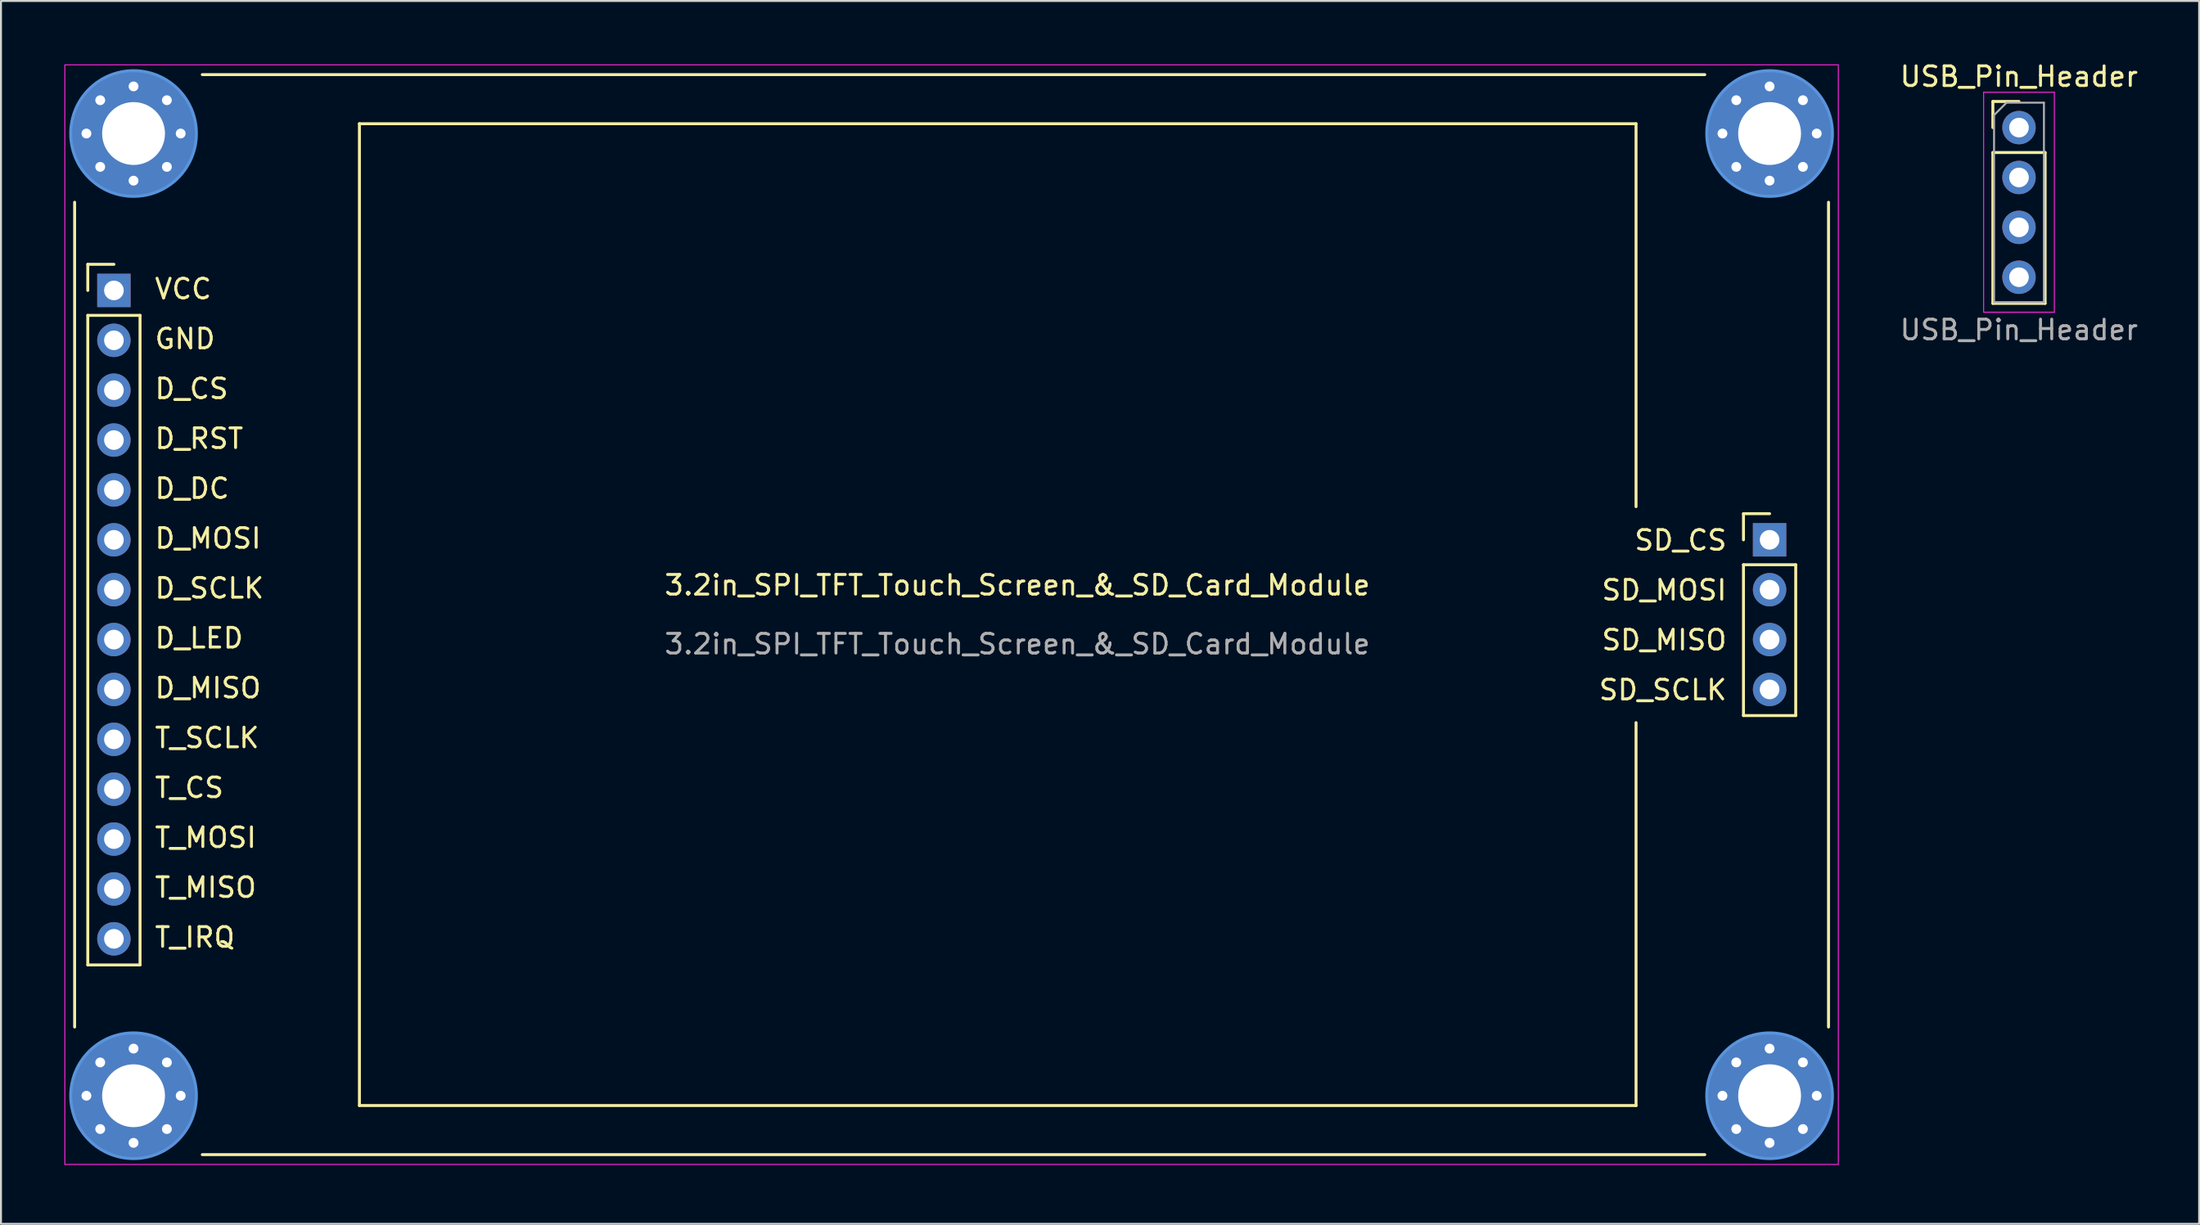
<source format=kicad_pcb>
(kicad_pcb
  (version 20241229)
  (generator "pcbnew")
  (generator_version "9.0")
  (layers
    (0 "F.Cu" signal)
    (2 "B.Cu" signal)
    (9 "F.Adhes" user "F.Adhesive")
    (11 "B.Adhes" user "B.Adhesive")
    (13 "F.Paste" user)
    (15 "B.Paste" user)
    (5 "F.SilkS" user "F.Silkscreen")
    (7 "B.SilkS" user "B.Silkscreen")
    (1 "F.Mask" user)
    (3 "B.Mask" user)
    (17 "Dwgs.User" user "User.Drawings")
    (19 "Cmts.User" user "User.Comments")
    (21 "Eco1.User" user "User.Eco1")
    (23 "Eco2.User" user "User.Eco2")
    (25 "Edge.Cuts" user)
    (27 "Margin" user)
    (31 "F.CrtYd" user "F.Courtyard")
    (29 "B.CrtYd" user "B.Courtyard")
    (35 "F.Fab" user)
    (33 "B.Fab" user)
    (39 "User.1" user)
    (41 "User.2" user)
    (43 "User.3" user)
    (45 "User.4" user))
  (footprint "USB_Pin_Header"
    (layer "F.Cu")
    (at 99.748 7.248)
    (property "Reference" "USB_Pin_Header" (at 0 -6.4 0) (unlocked yes) (layer "F.SilkS") (effects (font (size 1 1) (thickness 0.15))))
    (attr through_hole)
    (fp_line (start -1.33 -5.13) (end 0 -5.13) (stroke (width 0.15) (type solid)) (layer "F.SilkS"))
    (fp_line (start -1.33 -3.8) (end -1.33 -5.13) (stroke (width 0.15) (type solid)) (layer "F.SilkS"))
    (fp_line (start -1.33 -2.53) (end -1.33 5.15) (stroke (width 0.15) (type solid)) (layer "F.SilkS"))
    (fp_line (start -1.33 -2.53) (end 1.33 -2.53) (stroke (width 0.15) (type solid)) (layer "F.SilkS"))
    (fp_line (start -1.33 5.15) (end 1.33 5.15) (stroke (width 0.15) (type solid)) (layer "F.SilkS"))
    (fp_line (start 1.33 -2.53) (end 1.33 5.15) (stroke (width 0.15) (type solid)) (layer "F.SilkS"))
    (fp_line (start -1.8 -5.6) (end -1.8 5.6) (stroke (width 0.05) (type solid)) (layer "F.CrtYd"))
    (fp_line (start -1.8 5.6) (end 1.8 5.6) (stroke (width 0.05) (type solid)) (layer "F.CrtYd"))
    (fp_line (start 1.8 -5.6) (end -1.8 -5.6) (stroke (width 0.05) (type solid)) (layer "F.CrtYd"))
    (fp_line (start 1.8 5.6) (end 1.8 -5.6) (stroke (width 0.05) (type solid)) (layer "F.CrtYd"))
    (fp_line (start -1.27 -4.435) (end -0.635 -5.07) (stroke (width 0.1) (type solid)) (layer "F.Fab"))
    (fp_line (start -1.27 5.09) (end -1.27 -4.435) (stroke (width 0.1) (type solid)) (layer "F.Fab"))
    (fp_line (start -0.635 -5.07) (end 1.27 -5.07) (stroke (width 0.1) (type solid)) (layer "F.Fab"))
    (fp_line (start 1.27 -5.07) (end 1.27 5.09) (stroke (width 0.1) (type solid)) (layer "F.Fab"))
    (fp_line (start 1.27 5.09) (end -1.27 5.09) (stroke (width 0.1) (type solid)) (layer "F.Fab"))
    (fp_text user "${REFERENCE}" (at 0 6.5 0) (unlocked yes) (layer "F.Fab") (effects (font (size 1 1) (thickness 0.15))))
    (pad "1" thru_hole circle (at 0 -3.8) (size 1.7 1.7) (drill 1) (layers "*.Cu" "*.Mask"))
    (pad "2" thru_hole circle (at 0 3.82) (size 1.7 1.7) (drill 1) (layers "*.Cu" "*.Mask"))
    (pad "3" thru_hole circle (at 0 1.28) (size 1.7 1.7) (drill 1) (layers "*.Cu" "*.Mask"))
    (pad "4" thru_hole circle (at 0 -1.26) (size 1.7 1.7) (drill 1) (layers "*.Cu" "*.Mask")))
  (footprint "3.2in_SPI_TFT_Touch_Screen_&_SD_Card_Module"
    (layer "F.Cu")
    (at 0.25 0.25)
    (property "Reference" "3.2in_SPI_TFT_Touch_Screen_&_SD_Card_Module" (at 48.5 26.5 0) (unlocked yes) (layer "F.SilkS") (effects (font (size 1 1) (thickness 0.15))))
    (attr through_hole)
    (fp_line (start 0.5 49) (end 0.5 7) (stroke (width 0.15) (type default)) (layer "F.SilkS"))
    (fp_line (start 1.17 10.16) (end 2.5 10.16) (stroke (width 0.15) (type solid)) (layer "F.SilkS"))
    (fp_line (start 1.17 11.49) (end 1.17 10.16) (stroke (width 0.15) (type solid)) (layer "F.SilkS"))
    (fp_line (start 1.17 12.76) (end 1.17 45.84) (stroke (width 0.15) (type solid)) (layer "F.SilkS"))
    (fp_line (start 1.17 12.76) (end 3.83 12.76) (stroke (width 0.15) (type solid)) (layer "F.SilkS"))
    (fp_line (start 1.17 45.84) (end 3.83 45.84) (stroke (width 0.15) (type solid)) (layer "F.SilkS"))
    (fp_line (start 3.83 12.76) (end 3.83 45.84) (stroke (width 0.15) (type solid)) (layer "F.SilkS"))
    (fp_line (start 7 0.5) (end 83.5 0.5) (stroke (width 0.15) (type default)) (layer "F.SilkS"))
    (fp_line (start 7 55.5) (end 83.5 55.5) (stroke (width 0.15) (type default)) (layer "F.SilkS"))
    (fp_line (start 15 3) (end 15 53) (stroke (width 0.15) (type default)) (layer "F.SilkS"))
    (fp_line (start 15 53) (end 80 53) (stroke (width 0.15) (type default)) (layer "F.SilkS"))
    (fp_line (start 80 3) (end 15 3) (stroke (width 0.15) (type default)) (layer "F.SilkS"))
    (fp_line (start 80 22.5) (end 80 3) (stroke (width 0.15) (type default)) (layer "F.SilkS"))
    (fp_line (start 80 53) (end 80 33.5) (stroke (width 0.15) (type default)) (layer "F.SilkS"))
    (fp_line (start 85.47 22.86) (end 86.8 22.86) (stroke (width 0.15) (type solid)) (layer "F.SilkS"))
    (fp_line (start 85.47 24.19) (end 85.47 22.86) (stroke (width 0.15) (type solid)) (layer "F.SilkS"))
    (fp_line (start 85.47 25.46) (end 85.47 33.14) (stroke (width 0.15) (type solid)) (layer "F.SilkS"))
    (fp_line (start 85.47 25.46) (end 88.13 25.46) (stroke (width 0.15) (type solid)) (layer "F.SilkS"))
    (fp_line (start 85.47 33.14) (end 88.13 33.14) (stroke (width 0.15) (type solid)) (layer "F.SilkS"))
    (fp_line (start 88.13 25.46) (end 88.13 33.14) (stroke (width 0.15) (type solid)) (layer "F.SilkS"))
    (fp_line (start 89.8 49) (end 89.8 7) (stroke (width 0.15) (type default)) (layer "F.SilkS"))
    (fp_circle (center 3.5 3.5) (end 6.7 3.5) (stroke (width 0.15) (type solid)) (fill no) (layer "Cmts.User"))
    (fp_circle (center 3.5 52.5) (end 6.7 52.5) (stroke (width 0.15) (type solid)) (fill no) (layer "Cmts.User"))
    (fp_circle (center 86.8 3.5) (end 90 3.5) (stroke (width 0.15) (type solid)) (fill no) (layer "Cmts.User"))
    (fp_circle (center 86.8 52.5) (end 90 52.5) (stroke (width 0.15) (type solid)) (fill no) (layer "Cmts.User"))
    (fp_rect (start 0 0) (end 90.3 56) (stroke (width 0.05) (type default)) (fill no) (layer "F.CrtYd"))
    (fp_text user "D_DC" (at 4.5 22.16 0) (unlocked yes) (layer "F.SilkS") (effects (font (size 1 1) (thickness 0.15)) (justify left bottom)))
    (fp_text user "T_SCLK" (at 4.5 34.86 0) (unlocked yes) (layer "F.SilkS") (effects (font (size 1 1) (thickness 0.15)) (justify left bottom)))
    (fp_text user "GND" (at 4.5 14.54 0) (unlocked yes) (layer "F.SilkS") (effects (font (size 1 1) (thickness 0.15)) (justify left bottom)))
    (fp_text user "T_MOSI" (at 4.5 39.94 0) (unlocked yes) (layer "F.SilkS") (effects (font (size 1 1) (thickness 0.15)) (justify left bottom)))
    (fp_text user "SD_MISO" (at 84.7 29.88 0) (unlocked yes) (layer "F.SilkS") (effects (font (size 1 1) (thickness 0.15)) (justify right bottom)))
    (fp_text user "D_MOSI" (at 4.5 24.7 0) (unlocked yes) (layer "F.SilkS") (effects (font (size 1 1) (thickness 0.15)) (justify left bottom)))
    (fp_text user "D_MISO" (at 4.5 32.32 0) (unlocked yes) (layer "F.SilkS") (effects (font (size 1 1) (thickness 0.15)) (justify left bottom)))
    (fp_text user "T_IRQ" (at 4.5 45.02 0) (unlocked yes) (layer "F.SilkS") (effects (font (size 1 1) (thickness 0.15)) (justify left bottom)))
    (fp_text user "T_CS" (at 4.5 37.4 0) (unlocked yes) (layer "F.SilkS") (effects (font (size 1 1) (thickness 0.15)) (justify left bottom)))
    (fp_text user "SD_MOSI" (at 84.7 27.34 0) (unlocked yes) (layer "F.SilkS") (effects (font (size 1 1) (thickness 0.15)) (justify right bottom)))
    (fp_text user "D_LED" (at 4.5 29.78 0) (unlocked yes) (layer "F.SilkS") (effects (font (size 1 1) (thickness 0.15)) (justify left bottom)))
    (fp_text user "SD_SCLK" (at 84.7 32.42 0) (unlocked yes) (layer "F.SilkS") (effects (font (size 1 1) (thickness 0.15)) (justify right bottom)))
    (fp_text user "D_RST" (at 4.5 19.62 0) (unlocked yes) (layer "F.SilkS") (effects (font (size 1 1) (thickness 0.15)) (justify left bottom)))
    (fp_text user "SD_CS" (at 84.7 24.8 0) (unlocked yes) (layer "F.SilkS") (effects (font (size 1 1) (thickness 0.15)) (justify right bottom)))
    (fp_text user "D_SCLK" (at 4.5 27.24 0) (unlocked yes) (layer "F.SilkS") (effects (font (size 1 1) (thickness 0.15)) (justify left bottom)))
    (fp_text user "D_CS" (at 4.5 17.08 0) (unlocked yes) (layer "F.SilkS") (effects (font (size 1 1) (thickness 0.15)) (justify left bottom)))
    (fp_text user "VCC" (at 4.5 12 0) (unlocked yes) (layer "F.SilkS") (effects (font (size 1 1) (thickness 0.15)) (justify left bottom)))
    (fp_text user "T_MISO" (at 4.5 42.48 0) (unlocked yes) (layer "F.SilkS") (effects (font (size 1 1) (thickness 0.15)) (justify left bottom)))
    (fp_text user "${REFERENCE}" (at 48.5 29.5 0) (unlocked yes) (layer "F.Fab") (effects (font (size 1 1) (thickness 0.15))))
    (pad "1" thru_hole rect (at 2.5 11.49) (size 1.7 1.7) (drill 1) (layers "*.Cu" "*.Mask"))
    (pad "2" thru_hole circle (at 1.1 3.5) (size 0.8 0.8) (drill 0.5) (layers "*.Cu" "*.Mask"))
    (pad "2" thru_hole circle (at 1.1 52.5) (size 0.8 0.8) (drill 0.5) (layers "*.Cu" "*.Mask"))
    (pad "2" thru_hole circle (at 1.803 1.803) (size 0.8 0.8) (drill 0.5) (layers "*.Cu" "*.Mask"))
    (pad "2" thru_hole circle (at 1.803 5.197) (size 0.8 0.8) (drill 0.5) (layers "*.Cu" "*.Mask"))
    (pad "2" thru_hole circle (at 1.803 50.803) (size 0.8 0.8) (drill 0.5) (layers "*.Cu" "*.Mask"))
    (pad "2" thru_hole circle (at 1.803 54.197) (size 0.8 0.8) (drill 0.5) (layers "*.Cu" "*.Mask"))
    (pad "2" thru_hole circle (at 2.5 14.03) (size 1.7 1.7) (drill 1) (layers "*.Cu" "*.Mask"))
    (pad "2" thru_hole circle (at 3.5 1.1) (size 0.8 0.8) (drill 0.5) (layers "*.Cu" "*.Mask"))
    (pad "2" thru_hole circle (at 3.5 3.5) (size 6.4 6.4) (drill 3.2) (layers "*.Cu" "*.Mask"))
    (pad "2" thru_hole circle (at 3.5 5.9) (size 0.8 0.8) (drill 0.5) (layers "*.Cu" "*.Mask"))
    (pad "2" thru_hole circle (at 3.5 50.1) (size 0.8 0.8) (drill 0.5) (layers "*.Cu" "*.Mask"))
    (pad "2" thru_hole circle (at 3.5 52.5) (size 6.4 6.4) (drill 3.2) (layers "*.Cu" "*.Mask"))
    (pad "2" thru_hole circle (at 3.5 54.9) (size 0.8 0.8) (drill 0.5) (layers "*.Cu" "*.Mask"))
    (pad "2" thru_hole circle (at 5.197 1.803) (size 0.8 0.8) (drill 0.5) (layers "*.Cu" "*.Mask"))
    (pad "2" thru_hole circle (at 5.197 5.197) (size 0.8 0.8) (drill 0.5) (layers "*.Cu" "*.Mask"))
    (pad "2" thru_hole circle (at 5.197 50.803) (size 0.8 0.8) (drill 0.5) (layers "*.Cu" "*.Mask"))
    (pad "2" thru_hole circle (at 5.197 54.197) (size 0.8 0.8) (drill 0.5) (layers "*.Cu" "*.Mask"))
    (pad "2" thru_hole circle (at 5.9 3.5) (size 0.8 0.8) (drill 0.5) (layers "*.Cu" "*.Mask"))
    (pad "2" thru_hole circle (at 5.9 52.5) (size 0.8 0.8) (drill 0.5) (layers "*.Cu" "*.Mask"))
    (pad "2" thru_hole circle (at 84.4 3.5) (size 0.8 0.8) (drill 0.5) (layers "*.Cu" "*.Mask"))
    (pad "2" thru_hole circle (at 84.4 52.5) (size 0.8 0.8) (drill 0.5) (layers "*.Cu" "*.Mask"))
    (pad "2" thru_hole circle (at 85.103 1.803) (size 0.8 0.8) (drill 0.5) (layers "*.Cu" "*.Mask"))
    (pad "2" thru_hole circle (at 85.103 5.197) (size 0.8 0.8) (drill 0.5) (layers "*.Cu" "*.Mask"))
    (pad "2" thru_hole circle (at 85.103 50.803) (size 0.8 0.8) (drill 0.5) (layers "*.Cu" "*.Mask"))
    (pad "2" thru_hole circle (at 85.103 54.197) (size 0.8 0.8) (drill 0.5) (layers "*.Cu" "*.Mask"))
    (pad "2" thru_hole circle (at 86.8 1.1) (size 0.8 0.8) (drill 0.5) (layers "*.Cu" "*.Mask"))
    (pad "2" thru_hole circle (at 86.8 3.5) (size 6.4 6.4) (drill 3.2) (layers "*.Cu" "*.Mask"))
    (pad "2" thru_hole circle (at 86.8 5.9) (size 0.8 0.8) (drill 0.5) (layers "*.Cu" "*.Mask"))
    (pad "2" thru_hole circle (at 86.8 50.1) (size 0.8 0.8) (drill 0.5) (layers "*.Cu" "*.Mask"))
    (pad "2" thru_hole circle (at 86.8 52.5) (size 6.4 6.4) (drill 3.2) (layers "*.Cu" "*.Mask"))
    (pad "2" thru_hole circle (at 86.8 54.9) (size 0.8 0.8) (drill 0.5) (layers "*.Cu" "*.Mask"))
    (pad "2" thru_hole circle (at 88.497 1.803) (size 0.8 0.8) (drill 0.5) (layers "*.Cu" "*.Mask"))
    (pad "2" thru_hole circle (at 88.497 5.197) (size 0.8 0.8) (drill 0.5) (layers "*.Cu" "*.Mask"))
    (pad "2" thru_hole circle (at 88.497 50.803) (size 0.8 0.8) (drill 0.5) (layers "*.Cu" "*.Mask"))
    (pad "2" thru_hole circle (at 88.497 54.197) (size 0.8 0.8) (drill 0.5) (layers "*.Cu" "*.Mask"))
    (pad "2" thru_hole circle (at 89.2 3.5) (size 0.8 0.8) (drill 0.5) (layers "*.Cu" "*.Mask"))
    (pad "2" thru_hole circle (at 89.2 52.5) (size 0.8 0.8) (drill 0.5) (layers "*.Cu" "*.Mask"))
    (pad "3" thru_hole circle (at 2.5 16.57) (size 1.7 1.7) (drill 1) (layers "*.Cu" "*.Mask"))
    (pad "4" thru_hole circle (at 2.5 19.11) (size 1.7 1.7) (drill 1) (layers "*.Cu" "*.Mask"))
    (pad "5" thru_hole circle (at 2.5 21.65) (size 1.7 1.7) (drill 1) (layers "*.Cu" "*.Mask"))
    (pad "6" thru_hole circle (at 2.5 24.19) (size 1.7 1.7) (drill 1) (layers "*.Cu" "*.Mask"))
    (pad "7" thru_hole circle (at 2.5 26.73) (size 1.7 1.7) (drill 1) (layers "*.Cu" "*.Mask"))
    (pad "8" thru_hole circle (at 2.5 29.27) (size 1.7 1.7) (drill 1) (layers "*.Cu" "*.Mask"))
    (pad "9" thru_hole circle (at 2.5 31.81) (size 1.7 1.7) (drill 1) (layers "*.Cu" "*.Mask"))
    (pad "10" thru_hole circle (at 2.5 34.35) (size 1.7 1.7) (drill 1) (layers "*.Cu" "*.Mask"))
    (pad "11" thru_hole circle (at 2.5 36.89) (size 1.7 1.7) (drill 1) (layers "*.Cu" "*.Mask"))
    (pad "12" thru_hole circle (at 2.5 39.43) (size 1.7 1.7) (drill 1) (layers "*.Cu" "*.Mask"))
    (pad "13" thru_hole circle (at 2.5 41.97) (size 1.7 1.7) (drill 1) (layers "*.Cu" "*.Mask"))
    (pad "14" thru_hole circle (at 2.5 44.51) (size 1.7 1.7) (drill 1) (layers "*.Cu" "*.Mask"))
    (pad "15" thru_hole rect (at 86.8 24.19) (size 1.7 1.7) (drill 1) (layers "*.Cu" "*.Mask"))
    (pad "16" thru_hole circle (at 86.8 26.73) (size 1.7 1.7) (drill 1) (layers "*.Cu" "*.Mask"))
    (pad "17" thru_hole circle (at 86.8 29.27) (size 1.7 1.7) (drill 1) (layers "*.Cu" "*.Mask"))
    (pad "18" thru_hole circle (at 86.8 31.81) (size 1.7 1.7) (drill 1) (layers "*.Cu" "*.Mask")))
  (gr_rect
    (start -3 -3)
    (end 108.92 59.275)
    (stroke (width 0.1) (type default))
    (fill no)
    (layer "Edge.Cuts")))
</source>
